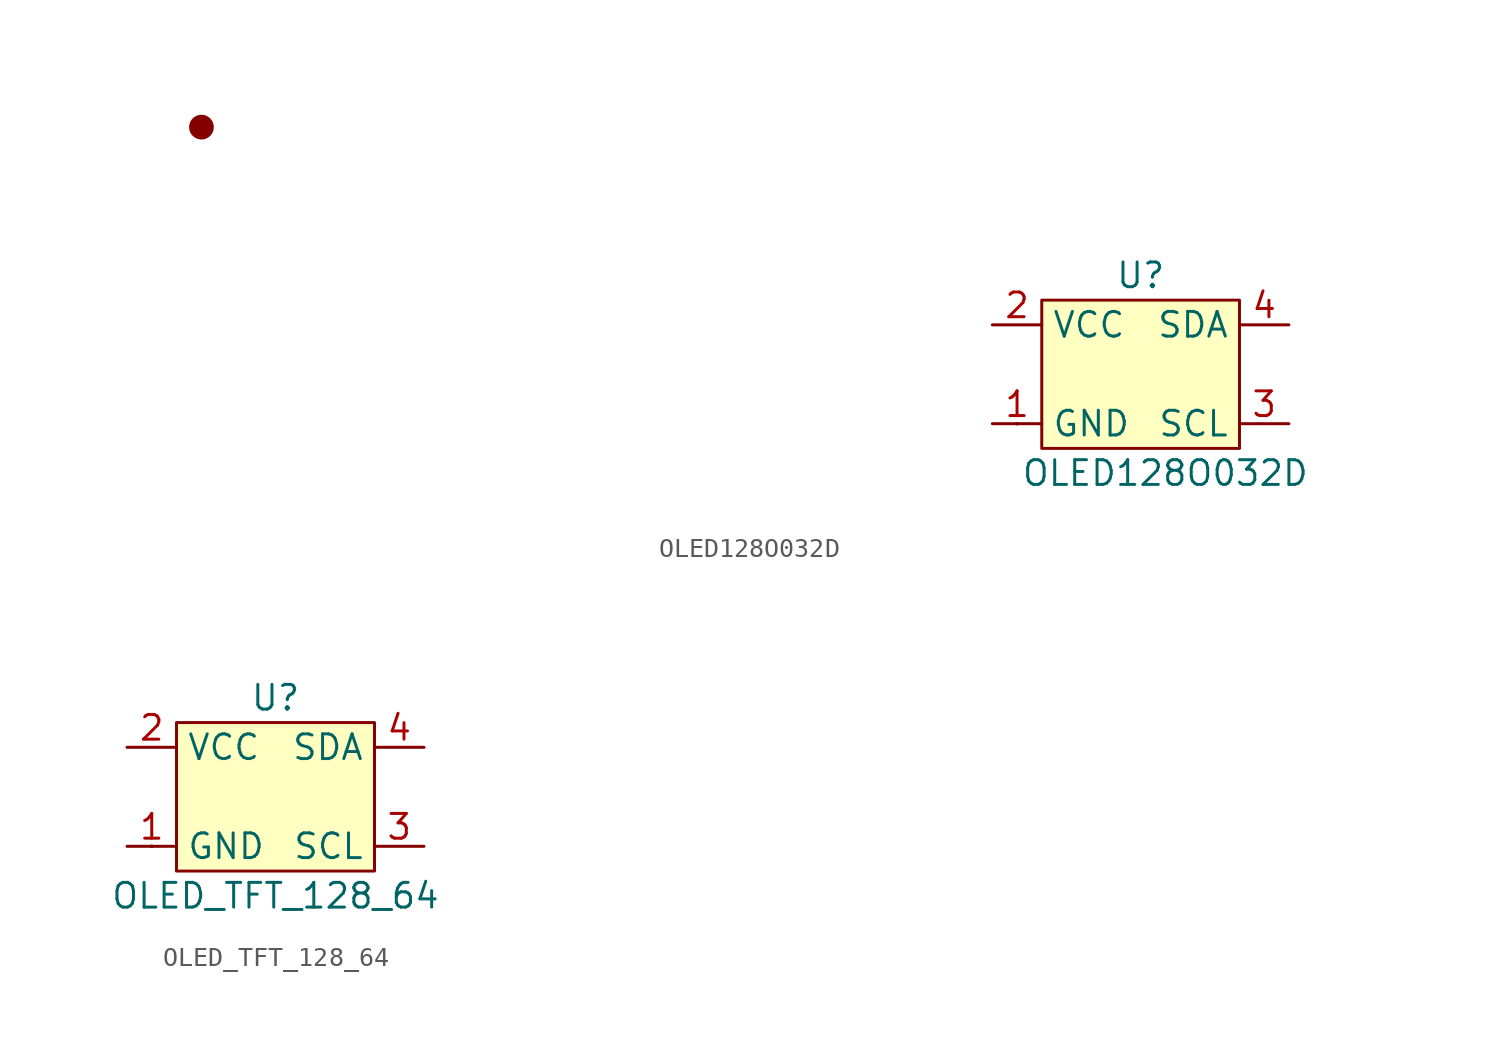
<source format=kicad_sym>
(kicad_symbol_lib
  (version 20211014)
  (generator kicad_symbol_editor)
  (symbol "OLED128O032D"
    (property "Reference" "U"
      (at 0 5.08 0)
      (effects (font (size 1.27 1.27))))
    (property "Value" "OLED128O032D"
      (at 1.27 -5.08 0)
      (effects (font (size 1.27 1.27))))
    (symbol "OLED128O032D_0_1"
      (rectangle (start -48.26 12.7) (end -48.26 12.7) (stroke (width 0) (type default) (color 0 0 0 0)) (fill (type none)))
      (rectangle (start -48.26 12.7) (end -48.26 12.7) (stroke (width 0) (type default) (color 0 0 0 0)) (fill (type none)))
      (rectangle (start -48.26 12.7) (end -48.26 12.7) (stroke (width 0) (type default) (color 0 0 0 0)) (fill (type none)))
      (rectangle (start -48.26 12.7) (end -48.26 12.7) (stroke (width 0) (type default) (color 0 0 0 0)) (fill (type none)))
      (rectangle (start -48.26 12.7) (end -48.26 12.7) (stroke (width 0) (type default) (color 0 0 0 0)) (fill (type none)))
      (rectangle (start -48.26 12.7) (end -48.26 12.7) (stroke (width 0) (type default) (color 0 0 0 0)) (fill (type none)))
      (rectangle (start -48.26 12.7) (end -48.26 12.7) (stroke (width 0) (type default) (color 0 0 0 0)) (fill (type none)))
      (rectangle (start -48.26 12.7) (end -48.26 12.7) (stroke (width 0) (type default) (color 0 0 0 0)) (fill (type none)))
      (rectangle (start -48.26 12.7) (end -48.26 12.7) (stroke (width 0) (type default) (color 0 0 0 0)) (fill (type none)))
      (rectangle (start -48.26 12.7) (end -48.26 12.7) (stroke (width 0) (type default) (color 0 0 0 0)) (fill (type none)))
      (rectangle (start -48.26 12.7) (end -48.26 12.7) (stroke (width 0) (type default) (color 0 0 0 0)) (fill (type none)))
      (rectangle (start -48.26 12.7) (end -48.26 12.7) (stroke (width 0) (type default) (color 0 0 0 0)) (fill (type none)))
      (rectangle (start -48.26 12.7) (end -48.26 12.7) (stroke (width 0) (type default) (color 0 0 0 0)) (fill (type none)))
      (rectangle (start -48.26 12.7) (end -48.26 12.7) (stroke (width 0) (type default) (color 0 0 0 0)) (fill (type none)))
      (rectangle (start -48.26 12.7) (end -48.26 12.7) (stroke (width 0) (type default) (color 0 0 0 0)) (fill (type none)))
      (rectangle (start -48.26 12.7) (end -48.26 12.7) (stroke (width 0) (type default) (color 0 0 0 0)) (fill (type none)))
      (rectangle (start -48.26 12.7) (end -48.26 12.7) (stroke (width 0) (type default) (color 0 0 0 0)) (fill (type none)))
      (rectangle (start -48.26 12.7) (end -48.26 12.7) (stroke (width 0) (type default) (color 0 0 0 0)) (fill (type none)))
      (rectangle (start -48.26 12.7) (end -48.26 12.7) (stroke (width 0) (type default) (color 0 0 0 0)) (fill (type none)))
      (rectangle (start -48.26 12.7) (end -48.26 12.7) (stroke (width 1.27) (type default) (color 0 0 0 0)) (fill (type none)))
      (rectangle (start -6.35 -2.54) (end -6.35 -2.54) (stroke (width 0) (type default) (color 0 0 0 0)) (fill (type none)))
      (rectangle (start -6.35 -2.54) (end -6.35 -2.54) (stroke (width 0) (type default) (color 0 0 0 0)) (fill (type none)))
      (rectangle (start -6.35 -2.54) (end -6.35 -2.54) (stroke (width 0) (type default) (color 0 0 0 0)) (fill (type none)))
      (rectangle (start -6.35 -2.54) (end -6.35 -2.54) (stroke (width 0) (type default) (color 0 0 0 0)) (fill (type none)))
      (rectangle (start -6.35 -2.54) (end -6.35 -2.54) (stroke (width 0) (type default) (color 0 0 0 0)) (fill (type none)))
      (rectangle (start -6.35 -2.54) (end -6.35 -2.54) (stroke (width 0) (type default) (color 0 0 0 0)) (fill (type none)))
      (rectangle (start -6.35 -2.54) (end -6.35 -2.54) (stroke (width 0) (type default) (color 0 0 0 0)) (fill (type none)))
      (rectangle (start -5.08 3.81) (end 5.08 -3.81) (stroke (width 0) (type default) (color 0 0 0 0)) (fill (type background))))
    (symbol "OLED128O032D_1_1"
      (pin input line (at -7.62 -2.54 0) (length 2.54) (name "GND" (effects (font (size 1.27 1.27)))) (number "1" (effects (font (size 1.27 1.27)))))
      (pin input line (at -7.62 2.54 0) (length 2.54) (name "VCC" (effects (font (size 1.27 1.27)))) (number "2" (effects (font (size 1.27 1.27)))))
      (pin passive line (at 7.62 -2.54 180) (length 2.54) (name "SCL" (effects (font (size 1.27 1.27)))) (number "3" (effects (font (size 1.27 1.27)))))
      (pin passive line (at 7.62 2.54 180) (length 2.54) (name "SDA" (effects (font (size 1.27 1.27)))) (number "4" (effects (font (size 1.27 1.27)))))))
  (symbol "OLED_TFT_128_64"
    (property "Reference" "U"
      (at 0 5.08 0)
      (effects (font (size 1.27 1.27))))
    (property "Value" "OLED_TFT_128_64"
      (at 0 -5.08 0)
      (effects (font (size 1.27 1.27))))
    (symbol "OLED_TFT_128_64_0_1"
      (rectangle (start -6.35 -2.54) (end -6.35 -2.54) (stroke (width 0) (type default) (color 0 0 0 0)) (fill (type none)))
      (rectangle (start -6.35 -2.54) (end -6.35 -2.54) (stroke (width 0) (type default) (color 0 0 0 0)) (fill (type none)))
      (rectangle (start -6.35 -2.54) (end -6.35 -2.54) (stroke (width 0) (type default) (color 0 0 0 0)) (fill (type none)))
      (rectangle (start -6.35 -2.54) (end -6.35 -2.54) (stroke (width 0) (type default) (color 0 0 0 0)) (fill (type none)))
      (rectangle (start -6.35 -2.54) (end -6.35 -2.54) (stroke (width 0) (type default) (color 0 0 0 0)) (fill (type none)))
      (rectangle (start -6.35 -2.54) (end -6.35 -2.54) (stroke (width 0) (type default) (color 0 0 0 0)) (fill (type none)))
      (rectangle (start -6.35 -2.54) (end -6.35 -2.54) (stroke (width 0) (type default) (color 0 0 0 0)) (fill (type none)))
      (rectangle (start -5.08 3.81) (end 5.08 -3.81) (stroke (width 0) (type default) (color 0 0 0 0)) (fill (type background))))
    (symbol "OLED_TFT_128_64_1_1"
      (pin input line (at -7.62 -2.54 0) (length 2.54) (name "GND" (effects (font (size 1.27 1.27)))) (number "1" (effects (font (size 1.27 1.27)))))
      (pin input line (at -7.62 2.54 0) (length 2.54) (name "VCC" (effects (font (size 1.27 1.27)))) (number "2" (effects (font (size 1.27 1.27)))))
      (pin passive line (at 7.62 -2.54 180) (length 2.54) (name "SCL" (effects (font (size 1.27 1.27)))) (number "3" (effects (font (size 1.27 1.27)))))
      (pin passive line (at 7.62 2.54 180) (length 2.54) (name "SDA" (effects (font (size 1.27 1.27)))) (number "4" (effects (font (size 1.27 1.27))))))))
</source>
